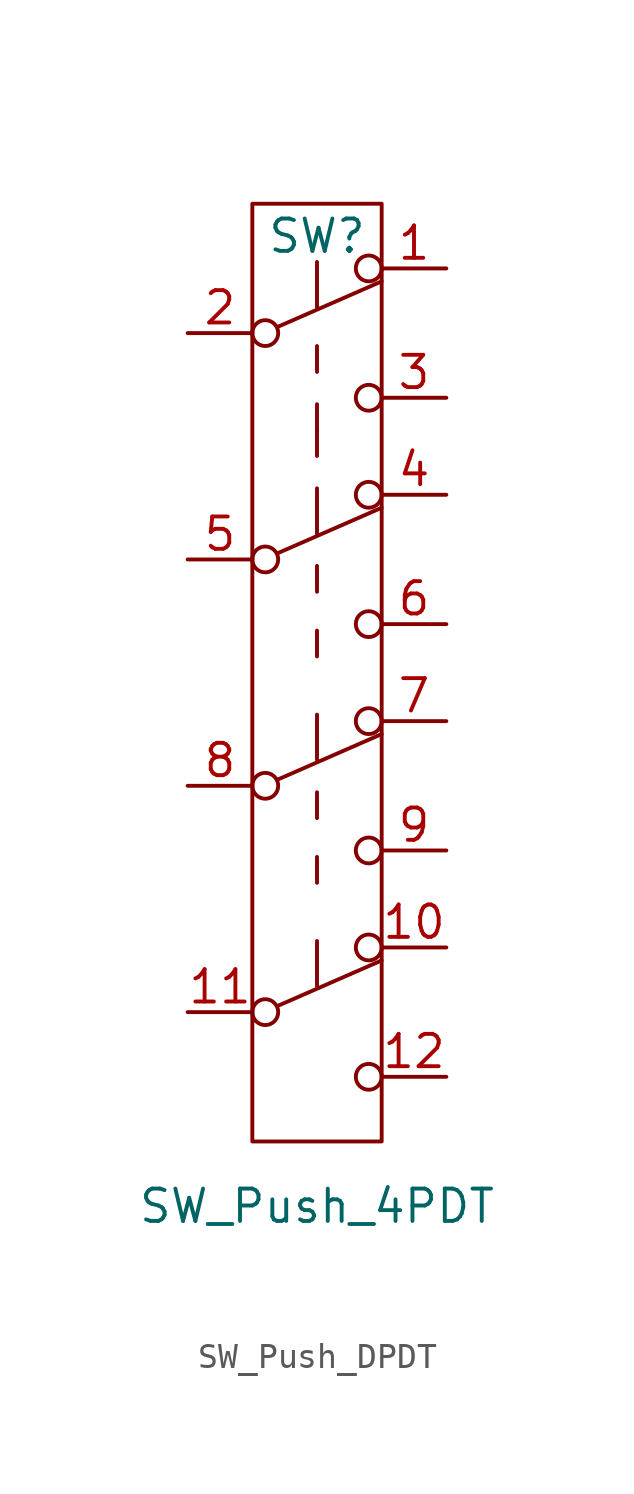
<source format=kicad_sym>
(kicad_symbol_lib
  (version 20220914)
  (generator kicad_symbol_editor)
  (symbol "SW_Push_DPDT"
    (pin_names
      (offset 0) hide)
    (property "Reference" "SW"
      (at 0 7.62 0)
      (effects (font (size 1.27 1.27))))
    (property "Value" "SW_Push_4PDT"
      (at 0 -30.48 0)
      (effects (font (size 1.27 1.27))))
    (symbol "SW_Push_DPDT_0_0"
      (circle (center -2.032 -22.86) (radius 0.508) (stroke (width 0) (type default)) (fill (type none)))
      (circle (center -2.032 -13.97) (radius 0.508) (stroke (width 0) (type default)) (fill (type none)))
      (circle (center -2.032 -5.08) (radius 0.508) (stroke (width 0) (type default)) (fill (type none)))
      (circle (center -2.032 3.81) (radius 0.508) (stroke (width 0) (type default)) (fill (type none)))
      (circle (center 2.032 -25.4) (radius 0.508) (stroke (width 0) (type default)) (fill (type none)))
      (circle (center 2.032 -16.51) (radius 0.508) (stroke (width 0) (type default)) (fill (type none)))
      (circle (center 2.032 -7.62) (radius 0.508) (stroke (width 0) (type default)) (fill (type none)))
      (circle (center 2.032 1.27) (radius 0.508) (stroke (width 0) (type default)) (fill (type none))))
    (symbol "SW_Push_DPDT_0_1"
      (rectangle (start -2.54 8.89) (end 2.54 -27.94) (stroke (width 0) (type default)) (fill (type none)))
      (polyline (pts (xy -1.524 -22.606) (xy 2.54 -20.828)) (stroke (width 0) (type default)) (fill (type none)))
      (polyline (pts (xy -1.524 -13.716) (xy 2.54 -11.938)) (stroke (width 0) (type default)) (fill (type none)))
      (polyline (pts (xy -1.524 -4.826) (xy 2.54 -3.048)) (stroke (width 0) (type default)) (fill (type none)))
      (polyline (pts (xy -1.524 4.064) (xy 2.54 5.842)) (stroke (width 0) (type default)) (fill (type none)))
      (polyline (pts (xy 0 -20.066) (xy 0 -21.844)) (stroke (width 0) (type default)) (fill (type none)))
      (polyline (pts (xy 0 -17.78) (xy 0 -16.764)) (stroke (width 0) (type default)) (fill (type none)))
      (polyline (pts (xy 0 -15.24) (xy 0 -14.224)) (stroke (width 0) (type default)) (fill (type none)))
      (polyline (pts (xy 0 -11.176) (xy 0 -12.954)) (stroke (width 0) (type default)) (fill (type none)))
      (polyline (pts (xy 0 -8.89) (xy 0 -7.874)) (stroke (width 0) (type default)) (fill (type none)))
      (polyline (pts (xy 0 -6.35) (xy 0 -5.334)) (stroke (width 0) (type default)) (fill (type none)))
      (polyline (pts (xy 0 -2.286) (xy 0 -4.064)) (stroke (width 0) (type default)) (fill (type none)))
      (polyline (pts (xy 0 -1.016) (xy 0 0)) (stroke (width 0) (type default)) (fill (type none)))
      (polyline (pts (xy 0 0) (xy 0 1.016)) (stroke (width 0) (type default)) (fill (type none)))
      (polyline (pts (xy 0 2.286) (xy 0 3.302)) (stroke (width 0) (type default)) (fill (type none)))
      (polyline (pts (xy 0 6.604) (xy 0 4.826)) (stroke (width 0) (type default)) (fill (type none)))
      (circle (center 2.032 -20.32) (radius 0.508) (stroke (width 0) (type default)) (fill (type none)))
      (circle (center 2.032 -11.43) (radius 0.508) (stroke (width 0) (type default)) (fill (type none)))
      (circle (center 2.032 -2.54) (radius 0.508) (stroke (width 0) (type default)) (fill (type none)))
      (circle (center 2.032 6.35) (radius 0.508) (stroke (width 0) (type default)) (fill (type none))))
    (symbol "SW_Push_DPDT_1_1"
      (pin passive line (at 5.08 6.35 180) (length 2.54) (name "A" (effects (font (size 1.27 1.27)))) (number "1" (effects (font (size 1.27 1.27)))))
      (pin passive line (at 5.08 -20.32 180) (length 2.54) (name "A" (effects (font (size 1.27 1.27)))) (number "10" (effects (font (size 1.27 1.27)))))
      (pin passive line (at -5.08 -22.86 0) (length 2.54) (name "B" (effects (font (size 1.27 1.27)))) (number "11" (effects (font (size 1.27 1.27)))))
      (pin passive line (at 5.08 -25.4 180) (length 2.54) (name "C" (effects (font (size 1.27 1.27)))) (number "12" (effects (font (size 1.27 1.27)))))
      (pin passive line (at -5.08 3.81 0) (length 2.54) (name "B" (effects (font (size 1.27 1.27)))) (number "2" (effects (font (size 1.27 1.27)))))
      (pin passive line (at 5.08 1.27 180) (length 2.54) (name "C" (effects (font (size 1.27 1.27)))) (number "3" (effects (font (size 1.27 1.27)))))
      (pin passive line (at 5.08 -2.54 180) (length 2.54) (name "A" (effects (font (size 1.27 1.27)))) (number "4" (effects (font (size 1.27 1.27)))))
      (pin passive line (at -5.08 -5.08 0) (length 2.54) (name "B" (effects (font (size 1.27 1.27)))) (number "5" (effects (font (size 1.27 1.27)))))
      (pin passive line (at 5.08 -7.62 180) (length 2.54) (name "C" (effects (font (size 1.27 1.27)))) (number "6" (effects (font (size 1.27 1.27)))))
      (pin passive line (at 5.08 -11.43 180) (length 2.54) (name "A" (effects (font (size 1.27 1.27)))) (number "7" (effects (font (size 1.27 1.27)))))
      (pin passive line (at -5.08 -13.97 0) (length 2.54) (name "B" (effects (font (size 1.27 1.27)))) (number "8" (effects (font (size 1.27 1.27)))))
      (pin passive line (at 5.08 -16.51 180) (length 2.54) (name "C" (effects (font (size 1.27 1.27)))) (number "9" (effects (font (size 1.27 1.27))))))))
</source>
